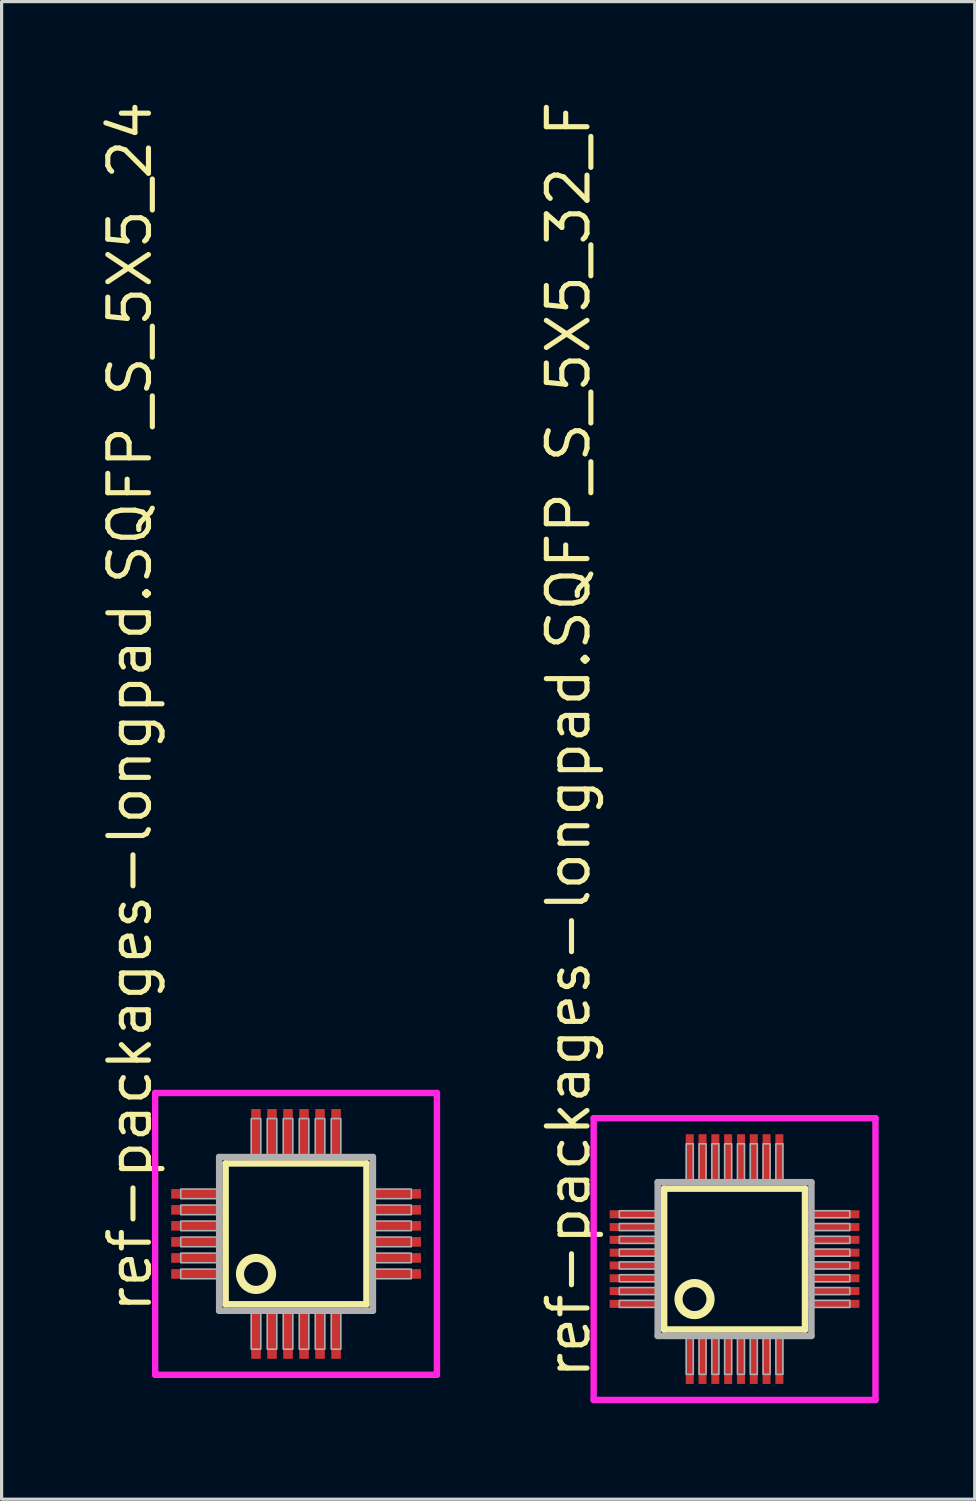
<source format=kicad_pcb>
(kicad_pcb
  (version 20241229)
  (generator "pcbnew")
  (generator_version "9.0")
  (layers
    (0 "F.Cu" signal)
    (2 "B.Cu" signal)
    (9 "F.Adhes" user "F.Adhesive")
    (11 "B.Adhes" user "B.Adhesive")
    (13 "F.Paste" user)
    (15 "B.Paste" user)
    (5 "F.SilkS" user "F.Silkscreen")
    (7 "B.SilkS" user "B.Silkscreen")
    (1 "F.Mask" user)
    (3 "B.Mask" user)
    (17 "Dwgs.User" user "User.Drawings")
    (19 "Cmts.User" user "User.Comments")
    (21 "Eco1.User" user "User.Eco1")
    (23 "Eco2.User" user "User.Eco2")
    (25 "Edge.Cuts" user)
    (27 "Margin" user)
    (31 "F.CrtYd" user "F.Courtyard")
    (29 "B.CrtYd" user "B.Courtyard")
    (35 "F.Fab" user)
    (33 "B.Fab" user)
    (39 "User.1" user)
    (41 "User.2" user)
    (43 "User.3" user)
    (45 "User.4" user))
  (footprint "ref-packages-longpad.SQFP_S_5X5_24"
    (layer "F.Cu")
    (at 6.195 35.484)
    (property "Reference" "ref-packages-longpad.SQFP_S_5X5_24" (at -4.445 2.54 90) (layer "F.SilkS") (effects (font (size 1.27 1.27) (thickness 0.16)) (justify left bottom)))
    (attr smd)
    (fp_line (start -2.2 -2.2) (end 2.2 -2.2) (stroke (width 0.203) (type default)) (layer "F.SilkS"))
    (fp_line (start -2.2 2.2) (end -2.2 -2.2) (stroke (width 0.203) (type default)) (layer "F.SilkS"))
    (fp_line (start 2.2 -2.2) (end 2.2 2.2) (stroke (width 0.203) (type default)) (layer "F.SilkS"))
    (fp_line (start 2.2 2.2) (end -2.2 2.2) (stroke (width 0.203) (type default)) (layer "F.SilkS"))
    (fp_circle (center -1.25 1.25) (end -0.75 1.25) (stroke (width 0.254) (type default)) (fill no) (layer "F.SilkS"))
    (fp_line (start -4.4 -4.4) (end 4.4 -4.4) (stroke (width 0.2) (type default)) (layer "F.CrtYd"))
    (fp_line (start -4.4 4.4) (end -4.4 -4.4) (stroke (width 0.2) (type default)) (layer "F.CrtYd"))
    (fp_line (start 4.4 -4.4) (end 4.4 4.4) (stroke (width 0.2) (type default)) (layer "F.CrtYd"))
    (fp_line (start 4.4 4.4) (end -4.4 4.4) (stroke (width 0.2) (type default)) (layer "F.CrtYd"))
    (fp_line (start -2.4 -2.4) (end -2.4 2.4) (stroke (width 0.203) (type default)) (layer "F.Fab"))
    (fp_line (start -2.4 2.4) (end 2.4 2.4) (stroke (width 0.203) (type default)) (layer "F.Fab"))
    (fp_line (start 2.4 -2.4) (end -2.4 -2.4) (stroke (width 0.203) (type default)) (layer "F.Fab"))
    (fp_line (start 2.4 2.4) (end 2.4 -2.4) (stroke (width 0.203) (type default)) (layer "F.Fab"))
    (fp_rect (start -3.6 -1.1) (end -2.45 -1.4) (stroke (width 0.05) (type default)) (fill no) (layer "F.Fab"))
    (fp_rect (start -3.6 -0.6) (end -2.45 -0.9) (stroke (width 0.05) (type default)) (fill no) (layer "F.Fab"))
    (fp_rect (start -3.6 -0.1) (end -2.45 -0.4) (stroke (width 0.05) (type default)) (fill no) (layer "F.Fab"))
    (fp_rect (start -3.6 0.4) (end -2.45 0.1) (stroke (width 0.05) (type default)) (fill no) (layer "F.Fab"))
    (fp_rect (start -3.6 0.9) (end -2.45 0.6) (stroke (width 0.05) (type default)) (fill no) (layer "F.Fab"))
    (fp_rect (start -3.6 1.4) (end -2.45 1.1) (stroke (width 0.05) (type default)) (fill no) (layer "F.Fab"))
    (fp_rect (start -1.4 -2.45) (end -1.1 -3.6) (stroke (width 0.05) (type default)) (fill no) (layer "F.Fab"))
    (fp_rect (start -1.4 3.6) (end -1.1 2.45) (stroke (width 0.05) (type default)) (fill no) (layer "F.Fab"))
    (fp_rect (start -0.9 -2.45) (end -0.6 -3.6) (stroke (width 0.05) (type default)) (fill no) (layer "F.Fab"))
    (fp_rect (start -0.9 3.6) (end -0.6 2.45) (stroke (width 0.05) (type default)) (fill no) (layer "F.Fab"))
    (fp_rect (start -0.4 -2.45) (end -0.1 -3.6) (stroke (width 0.05) (type default)) (fill no) (layer "F.Fab"))
    (fp_rect (start -0.4 3.6) (end -0.1 2.45) (stroke (width 0.05) (type default)) (fill no) (layer "F.Fab"))
    (fp_rect (start 0.1 -2.45) (end 0.4 -3.6) (stroke (width 0.05) (type default)) (fill no) (layer "F.Fab"))
    (fp_rect (start 0.1 3.6) (end 0.4 2.45) (stroke (width 0.05) (type default)) (fill no) (layer "F.Fab"))
    (fp_rect (start 0.6 -2.45) (end 0.9 -3.6) (stroke (width 0.05) (type default)) (fill no) (layer "F.Fab"))
    (fp_rect (start 0.6 3.6) (end 0.9 2.45) (stroke (width 0.05) (type default)) (fill no) (layer "F.Fab"))
    (fp_rect (start 1.1 -2.45) (end 1.4 -3.6) (stroke (width 0.05) (type default)) (fill no) (layer "F.Fab"))
    (fp_rect (start 1.1 3.6) (end 1.4 2.45) (stroke (width 0.05) (type default)) (fill no) (layer "F.Fab"))
    (fp_rect (start 2.45 -1.1) (end 3.6 -1.4) (stroke (width 0.05) (type default)) (fill no) (layer "F.Fab"))
    (fp_rect (start 2.45 -0.6) (end 3.6 -0.9) (stroke (width 0.05) (type default)) (fill no) (layer "F.Fab"))
    (fp_rect (start 2.45 -0.1) (end 3.6 -0.4) (stroke (width 0.05) (type default)) (fill no) (layer "F.Fab"))
    (fp_rect (start 2.45 0.4) (end 3.6 0.1) (stroke (width 0.05) (type default)) (fill no) (layer "F.Fab"))
    (fp_rect (start 2.45 0.9) (end 3.6 0.6) (stroke (width 0.05) (type default)) (fill no) (layer "F.Fab"))
    (fp_rect (start 2.45 1.4) (end 3.6 1.1) (stroke (width 0.05) (type default)) (fill no) (layer "F.Fab"))
    (pad "1" smd roundrect (at -1.25 3.1) (size 0.3 1.6) (layers "F.Cu" "F.Mask" "F.Paste") (roundrect_rratio 0.01))
    (pad "2" smd roundrect (at -0.75 3.1) (size 0.3 1.6) (layers "F.Cu" "F.Mask" "F.Paste") (roundrect_rratio 0.01))
    (pad "3" smd roundrect (at -0.25 3.1) (size 0.3 1.6) (layers "F.Cu" "F.Mask" "F.Paste") (roundrect_rratio 0.01))
    (pad "4" smd roundrect (at 0.25 3.1) (size 0.3 1.6) (layers "F.Cu" "F.Mask" "F.Paste") (roundrect_rratio 0.01))
    (pad "5" smd roundrect (at 0.75 3.1) (size 0.3 1.6) (layers "F.Cu" "F.Mask" "F.Paste") (roundrect_rratio 0.01))
    (pad "6" smd roundrect (at 1.25 3.1) (size 0.3 1.6) (layers "F.Cu" "F.Mask" "F.Paste") (roundrect_rratio 0.01))
    (pad "7" smd roundrect (at 3.1 1.25) (size 1.6 0.3) (layers "F.Cu" "F.Mask" "F.Paste") (roundrect_rratio 0.01))
    (pad "8" smd roundrect (at 3.1 0.75) (size 1.6 0.3) (layers "F.Cu" "F.Mask" "F.Paste") (roundrect_rratio 0.01))
    (pad "9" smd roundrect (at 3.1 0.25) (size 1.6 0.3) (layers "F.Cu" "F.Mask" "F.Paste") (roundrect_rratio 0.01))
    (pad "10" smd roundrect (at 3.1 -0.25) (size 1.6 0.3) (layers "F.Cu" "F.Mask" "F.Paste") (roundrect_rratio 0.01))
    (pad "11" smd roundrect (at 3.1 -0.75) (size 1.6 0.3) (layers "F.Cu" "F.Mask" "F.Paste") (roundrect_rratio 0.01))
    (pad "12" smd roundrect (at 3.1 -1.25) (size 1.6 0.3) (layers "F.Cu" "F.Mask" "F.Paste") (roundrect_rratio 0.01))
    (pad "13" smd roundrect (at 1.25 -3.1) (size 0.3 1.6) (layers "F.Cu" "F.Mask" "F.Paste") (roundrect_rratio 0.01))
    (pad "14" smd roundrect (at 0.75 -3.1) (size 0.3 1.6) (layers "F.Cu" "F.Mask" "F.Paste") (roundrect_rratio 0.01))
    (pad "15" smd roundrect (at 0.25 -3.1) (size 0.3 1.6) (layers "F.Cu" "F.Mask" "F.Paste") (roundrect_rratio 0.01))
    (pad "16" smd roundrect (at -0.25 -3.1) (size 0.3 1.6) (layers "F.Cu" "F.Mask" "F.Paste") (roundrect_rratio 0.01))
    (pad "17" smd roundrect (at -0.75 -3.1) (size 0.3 1.6) (layers "F.Cu" "F.Mask" "F.Paste") (roundrect_rratio 0.01))
    (pad "18" smd roundrect (at -1.25 -3.1) (size 0.3 1.6) (layers "F.Cu" "F.Mask" "F.Paste") (roundrect_rratio 0.01))
    (pad "19" smd roundrect (at -3.1 -1.25) (size 1.6 0.3) (layers "F.Cu" "F.Mask" "F.Paste") (roundrect_rratio 0.01))
    (pad "20" smd roundrect (at -3.1 -0.75) (size 1.6 0.3) (layers "F.Cu" "F.Mask" "F.Paste") (roundrect_rratio 0.01))
    (pad "21" smd roundrect (at -3.1 -0.25) (size 1.6 0.3) (layers "F.Cu" "F.Mask" "F.Paste") (roundrect_rratio 0.01))
    (pad "22" smd roundrect (at -3.1 0.25) (size 1.6 0.3) (layers "F.Cu" "F.Mask" "F.Paste") (roundrect_rratio 0.01))
    (pad "23" smd roundrect (at -3.1 0.75) (size 1.6 0.3) (layers "F.Cu" "F.Mask" "F.Paste") (roundrect_rratio 0.01))
    (pad "24" smd roundrect (at -3.1 1.25) (size 1.6 0.3) (layers "F.Cu" "F.Mask" "F.Paste") (roundrect_rratio 0.01)))
  (footprint "ref-packages-longpad.SQFP_S_5X5_32_F"
    (layer "F.Cu")
    (at 19.89 36.27)
    (property "Reference" "ref-packages-longpad.SQFP_S_5X5_32_F" (at -4.445 3.81 90) (layer "F.SilkS") (effects (font (size 1.27 1.27) (thickness 0.16)) (justify left bottom)))
    (attr smd)
    (fp_line (start -2.2 -2.2) (end 2.2 -2.2) (stroke (width 0.203) (type default)) (layer "F.SilkS"))
    (fp_line (start -2.2 2.2) (end -2.2 -2.2) (stroke (width 0.203) (type default)) (layer "F.SilkS"))
    (fp_line (start 2.2 -2.2) (end 2.2 2.2) (stroke (width 0.203) (type default)) (layer "F.SilkS"))
    (fp_line (start 2.2 2.2) (end -2.2 2.2) (stroke (width 0.203) (type default)) (layer "F.SilkS"))
    (fp_circle (center -1.25 1.25) (end -0.75 1.25) (stroke (width 0.254) (type default)) (fill no) (layer "F.SilkS"))
    (fp_line (start -4.4 -4.4) (end 4.4 -4.4) (stroke (width 0.2) (type default)) (layer "F.CrtYd"))
    (fp_line (start -4.4 4.4) (end -4.4 -4.4) (stroke (width 0.2) (type default)) (layer "F.CrtYd"))
    (fp_line (start 4.4 -4.4) (end 4.4 4.4) (stroke (width 0.2) (type default)) (layer "F.CrtYd"))
    (fp_line (start 4.4 4.4) (end -4.4 4.4) (stroke (width 0.2) (type default)) (layer "F.CrtYd"))
    (fp_line (start -2.4 -2.4) (end -2.4 2.4) (stroke (width 0.203) (type default)) (layer "F.Fab"))
    (fp_line (start -2.4 2.4) (end 2.4 2.4) (stroke (width 0.203) (type default)) (layer "F.Fab"))
    (fp_line (start 2.4 -2.4) (end -2.4 -2.4) (stroke (width 0.203) (type default)) (layer "F.Fab"))
    (fp_line (start 2.4 2.4) (end 2.4 -2.4) (stroke (width 0.203) (type default)) (layer "F.Fab"))
    (fp_rect (start -3.6 -1.29) (end -2.45 -1.51) (stroke (width 0.05) (type default)) (fill no) (layer "F.Fab"))
    (fp_rect (start -3.6 -0.89) (end -2.45 -1.11) (stroke (width 0.05) (type default)) (fill no) (layer "F.Fab"))
    (fp_rect (start -3.6 -0.49) (end -2.45 -0.71) (stroke (width 0.05) (type default)) (fill no) (layer "F.Fab"))
    (fp_rect (start -3.6 -0.09) (end -2.45 -0.31) (stroke (width 0.05) (type default)) (fill no) (layer "F.Fab"))
    (fp_rect (start -3.6 0.31) (end -2.45 0.09) (stroke (width 0.05) (type default)) (fill no) (layer "F.Fab"))
    (fp_rect (start -3.6 0.71) (end -2.45 0.49) (stroke (width 0.05) (type default)) (fill no) (layer "F.Fab"))
    (fp_rect (start -3.6 1.11) (end -2.45 0.89) (stroke (width 0.05) (type default)) (fill no) (layer "F.Fab"))
    (fp_rect (start -3.6 1.51) (end -2.45 1.29) (stroke (width 0.05) (type default)) (fill no) (layer "F.Fab"))
    (fp_rect (start -1.51 -2.45) (end -1.29 -3.6) (stroke (width 0.05) (type default)) (fill no) (layer "F.Fab"))
    (fp_rect (start -1.51 3.6) (end -1.29 2.45) (stroke (width 0.05) (type default)) (fill no) (layer "F.Fab"))
    (fp_rect (start -1.11 -2.45) (end -0.89 -3.6) (stroke (width 0.05) (type default)) (fill no) (layer "F.Fab"))
    (fp_rect (start -1.11 3.6) (end -0.89 2.45) (stroke (width 0.05) (type default)) (fill no) (layer "F.Fab"))
    (fp_rect (start -0.71 -2.45) (end -0.49 -3.6) (stroke (width 0.05) (type default)) (fill no) (layer "F.Fab"))
    (fp_rect (start -0.71 3.6) (end -0.49 2.45) (stroke (width 0.05) (type default)) (fill no) (layer "F.Fab"))
    (fp_rect (start -0.31 -2.45) (end -0.09 -3.6) (stroke (width 0.05) (type default)) (fill no) (layer "F.Fab"))
    (fp_rect (start -0.31 3.6) (end -0.09 2.45) (stroke (width 0.05) (type default)) (fill no) (layer "F.Fab"))
    (fp_rect (start 0.09 -2.45) (end 0.31 -3.6) (stroke (width 0.05) (type default)) (fill no) (layer "F.Fab"))
    (fp_rect (start 0.09 3.6) (end 0.31 2.45) (stroke (width 0.05) (type default)) (fill no) (layer "F.Fab"))
    (fp_rect (start 0.49 -2.45) (end 0.71 -3.6) (stroke (width 0.05) (type default)) (fill no) (layer "F.Fab"))
    (fp_rect (start 0.49 3.6) (end 0.71 2.45) (stroke (width 0.05) (type default)) (fill no) (layer "F.Fab"))
    (fp_rect (start 0.89 -2.45) (end 1.11 -3.6) (stroke (width 0.05) (type default)) (fill no) (layer "F.Fab"))
    (fp_rect (start 0.89 3.6) (end 1.11 2.45) (stroke (width 0.05) (type default)) (fill no) (layer "F.Fab"))
    (fp_rect (start 1.29 -2.45) (end 1.51 -3.6) (stroke (width 0.05) (type default)) (fill no) (layer "F.Fab"))
    (fp_rect (start 1.29 3.6) (end 1.51 2.45) (stroke (width 0.05) (type default)) (fill no) (layer "F.Fab"))
    (fp_rect (start 2.45 -1.29) (end 3.6 -1.51) (stroke (width 0.05) (type default)) (fill no) (layer "F.Fab"))
    (fp_rect (start 2.45 -0.89) (end 3.6 -1.11) (stroke (width 0.05) (type default)) (fill no) (layer "F.Fab"))
    (fp_rect (start 2.45 -0.49) (end 3.6 -0.71) (stroke (width 0.05) (type default)) (fill no) (layer "F.Fab"))
    (fp_rect (start 2.45 -0.09) (end 3.6 -0.31) (stroke (width 0.05) (type default)) (fill no) (layer "F.Fab"))
    (fp_rect (start 2.45 0.31) (end 3.6 0.09) (stroke (width 0.05) (type default)) (fill no) (layer "F.Fab"))
    (fp_rect (start 2.45 0.71) (end 3.6 0.49) (stroke (width 0.05) (type default)) (fill no) (layer "F.Fab"))
    (fp_rect (start 2.45 1.11) (end 3.6 0.89) (stroke (width 0.05) (type default)) (fill no) (layer "F.Fab"))
    (fp_rect (start 2.45 1.51) (end 3.6 1.29) (stroke (width 0.05) (type default)) (fill no) (layer "F.Fab"))
    (pad "1" smd roundrect (at -1.4 3.1) (size 0.25 1.6) (layers "F.Cu" "F.Mask" "F.Paste") (roundrect_rratio 0.01))
    (pad "2" smd roundrect (at -1 3.1) (size 0.25 1.6) (layers "F.Cu" "F.Mask" "F.Paste") (roundrect_rratio 0.01))
    (pad "3" smd roundrect (at -0.6 3.1) (size 0.25 1.6) (layers "F.Cu" "F.Mask" "F.Paste") (roundrect_rratio 0.01))
    (pad "4" smd roundrect (at -0.2 3.1) (size 0.25 1.6) (layers "F.Cu" "F.Mask" "F.Paste") (roundrect_rratio 0.01))
    (pad "5" smd roundrect (at 0.2 3.1) (size 0.25 1.6) (layers "F.Cu" "F.Mask" "F.Paste") (roundrect_rratio 0.01))
    (pad "6" smd roundrect (at 0.6 3.1) (size 0.25 1.6) (layers "F.Cu" "F.Mask" "F.Paste") (roundrect_rratio 0.01))
    (pad "7" smd roundrect (at 1 3.1) (size 0.25 1.6) (layers "F.Cu" "F.Mask" "F.Paste") (roundrect_rratio 0.01))
    (pad "8" smd roundrect (at 1.4 3.1) (size 0.25 1.6) (layers "F.Cu" "F.Mask" "F.Paste") (roundrect_rratio 0.01))
    (pad "9" smd roundrect (at 3.1 1.4) (size 1.6 0.25) (layers "F.Cu" "F.Mask" "F.Paste") (roundrect_rratio 0.01))
    (pad "10" smd roundrect (at 3.1 1) (size 1.6 0.25) (layers "F.Cu" "F.Mask" "F.Paste") (roundrect_rratio 0.01))
    (pad "11" smd roundrect (at 3.1 0.6) (size 1.6 0.25) (layers "F.Cu" "F.Mask" "F.Paste") (roundrect_rratio 0.01))
    (pad "12" smd roundrect (at 3.1 0.2) (size 1.6 0.25) (layers "F.Cu" "F.Mask" "F.Paste") (roundrect_rratio 0.01))
    (pad "13" smd roundrect (at 3.1 -0.2) (size 1.6 0.25) (layers "F.Cu" "F.Mask" "F.Paste") (roundrect_rratio 0.01))
    (pad "14" smd roundrect (at 3.1 -0.6) (size 1.6 0.25) (layers "F.Cu" "F.Mask" "F.Paste") (roundrect_rratio 0.01))
    (pad "15" smd roundrect (at 3.1 -1) (size 1.6 0.25) (layers "F.Cu" "F.Mask" "F.Paste") (roundrect_rratio 0.01))
    (pad "16" smd roundrect (at 3.1 -1.4) (size 1.6 0.25) (layers "F.Cu" "F.Mask" "F.Paste") (roundrect_rratio 0.01))
    (pad "17" smd roundrect (at 1.4 -3.1) (size 0.25 1.6) (layers "F.Cu" "F.Mask" "F.Paste") (roundrect_rratio 0.01))
    (pad "18" smd roundrect (at 1 -3.1) (size 0.25 1.6) (layers "F.Cu" "F.Mask" "F.Paste") (roundrect_rratio 0.01))
    (pad "19" smd roundrect (at 0.6 -3.1) (size 0.25 1.6) (layers "F.Cu" "F.Mask" "F.Paste") (roundrect_rratio 0.01))
    (pad "20" smd roundrect (at 0.2 -3.1) (size 0.25 1.6) (layers "F.Cu" "F.Mask" "F.Paste") (roundrect_rratio 0.01))
    (pad "21" smd roundrect (at -0.2 -3.1) (size 0.25 1.6) (layers "F.Cu" "F.Mask" "F.Paste") (roundrect_rratio 0.01))
    (pad "22" smd roundrect (at -0.6 -3.1) (size 0.25 1.6) (layers "F.Cu" "F.Mask" "F.Paste") (roundrect_rratio 0.01))
    (pad "23" smd roundrect (at -1 -3.1) (size 0.25 1.6) (layers "F.Cu" "F.Mask" "F.Paste") (roundrect_rratio 0.01))
    (pad "24" smd roundrect (at -1.4 -3.1) (size 0.25 1.6) (layers "F.Cu" "F.Mask" "F.Paste") (roundrect_rratio 0.01))
    (pad "25" smd roundrect (at -3.1 -1.4) (size 1.6 0.25) (layers "F.Cu" "F.Mask" "F.Paste") (roundrect_rratio 0.01))
    (pad "26" smd roundrect (at -3.1 -1) (size 1.6 0.25) (layers "F.Cu" "F.Mask" "F.Paste") (roundrect_rratio 0.01))
    (pad "27" smd roundrect (at -3.1 -0.6) (size 1.6 0.25) (layers "F.Cu" "F.Mask" "F.Paste") (roundrect_rratio 0.01))
    (pad "28" smd roundrect (at -3.1 -0.2) (size 1.6 0.25) (layers "F.Cu" "F.Mask" "F.Paste") (roundrect_rratio 0.01))
    (pad "29" smd roundrect (at -3.1 0.2) (size 1.6 0.25) (layers "F.Cu" "F.Mask" "F.Paste") (roundrect_rratio 0.01))
    (pad "30" smd roundrect (at -3.1 0.6) (size 1.6 0.25) (layers "F.Cu" "F.Mask" "F.Paste") (roundrect_rratio 0.01))
    (pad "31" smd roundrect (at -3.1 1) (size 1.6 0.25) (layers "F.Cu" "F.Mask" "F.Paste") (roundrect_rratio 0.01))
    (pad "32" smd roundrect (at -3.1 1.4) (size 1.6 0.25) (layers "F.Cu" "F.Mask" "F.Paste") (roundrect_rratio 0.01)))
  (gr_rect
    (start -3 -3)
    (end 27.39 43.77)
    (stroke (width 0.1) (type default))
    (fill no)
    (layer "Edge.Cuts")))
</source>
